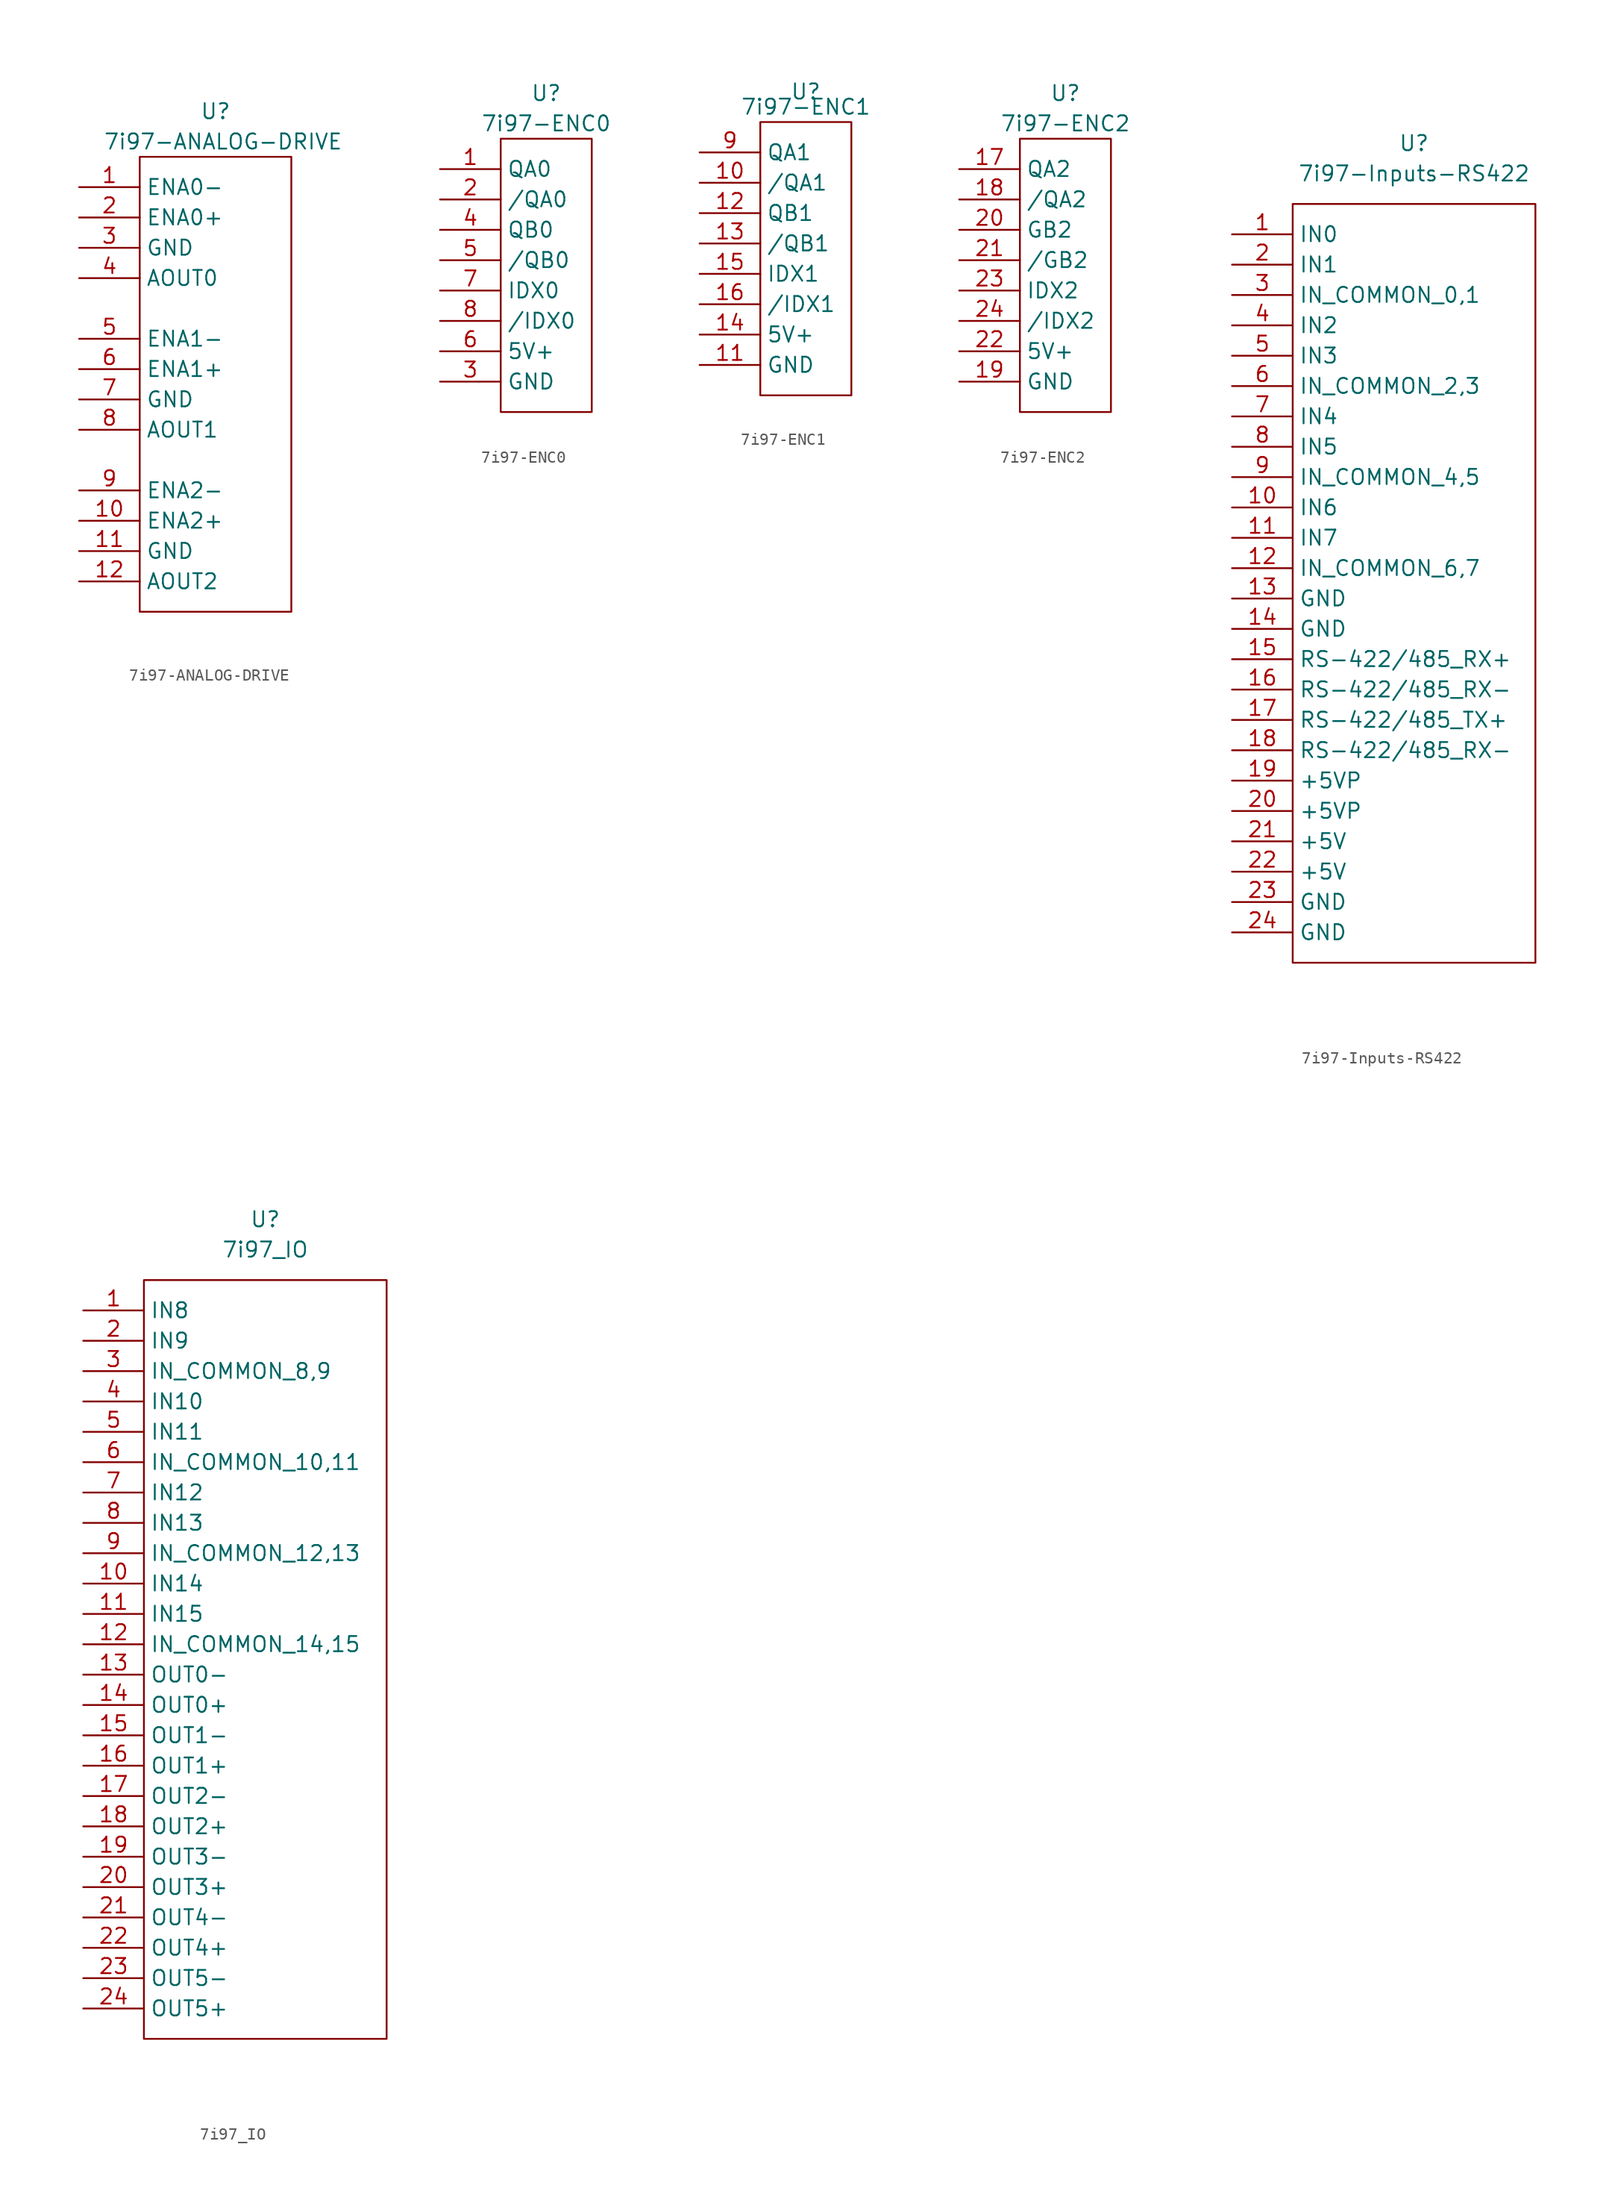
<source format=kicad_sym>
(kicad_symbol_lib
  (version 20211014)
  (generator kicad_symbol_editor)
  (symbol "7i97-ANALOG-DRIVE"
    (property "Reference" "U"
      (at 0 22.86 0)
      (effects (font (size 1.27 1.27))))
    (property "Value" "7i97-ANALOG-DRIVE"
      (at 0.635 20.32 0)
      (effects (font (size 1.27 1.27))))
    (symbol "7i97-ANALOG-DRIVE_0_1"
      (rectangle (start -6.35 19.05) (end 6.35 -19.05) (stroke (width 0.152) (type default) (color 0 0 0 0)) (fill (type none))))
    (symbol "7i97-ANALOG-DRIVE_1_1"
      (pin passive line (at -11.43 16.51 0) (length 5.08) (name "ENA0-" (effects (font (size 1.27 1.27)))) (number "1" (effects (font (size 1.27 1.27)))))
      (pin passive line (at -11.43 -11.43 0) (length 5.08) (name "ENA2+" (effects (font (size 1.27 1.27)))) (number "10" (effects (font (size 1.27 1.27)))))
      (pin passive line (at -11.43 -13.97 0) (length 5.08) (name "GND" (effects (font (size 1.27 1.27)))) (number "11" (effects (font (size 1.27 1.27)))))
      (pin passive line (at -11.43 -16.51 0) (length 5.08) (name "AOUT2" (effects (font (size 1.27 1.27)))) (number "12" (effects (font (size 1.27 1.27)))))
      (pin passive line (at -11.43 13.97 0) (length 5.08) (name "ENA0+" (effects (font (size 1.27 1.27)))) (number "2" (effects (font (size 1.27 1.27)))))
      (pin passive line (at -11.43 11.43 0) (length 5.08) (name "GND" (effects (font (size 1.27 1.27)))) (number "3" (effects (font (size 1.27 1.27)))))
      (pin passive line (at -11.43 8.89 0) (length 5.08) (name "AOUT0" (effects (font (size 1.27 1.27)))) (number "4" (effects (font (size 1.27 1.27)))))
      (pin passive line (at -11.43 3.81 0) (length 5.08) (name "ENA1-" (effects (font (size 1.27 1.27)))) (number "5" (effects (font (size 1.27 1.27)))))
      (pin passive line (at -11.43 1.27 0) (length 5.08) (name "ENA1+" (effects (font (size 1.27 1.27)))) (number "6" (effects (font (size 1.27 1.27)))))
      (pin passive line (at -11.43 -1.27 0) (length 5.08) (name "GND" (effects (font (size 1.27 1.27)))) (number "7" (effects (font (size 1.27 1.27)))))
      (pin passive line (at -11.43 -3.81 0) (length 5.08) (name "AOUT1" (effects (font (size 1.27 1.27)))) (number "8" (effects (font (size 1.27 1.27)))))
      (pin passive line (at -11.43 -8.89 0) (length 5.08) (name "ENA2-" (effects (font (size 1.27 1.27)))) (number "9" (effects (font (size 1.27 1.27)))))))
  (symbol "7i97-ENC0"
    (property "Reference" "U"
      (at 0 15.24 0)
      (effects (font (size 1.27 1.27))))
    (property "Value" "7i97-ENC0"
      (at 0 12.7 0)
      (effects (font (size 1.27 1.27))))
    (symbol "7i97-ENC0_0_1"
      (rectangle (start -3.81 11.43) (end 3.81 -11.43) (stroke (width 0.152) (type default) (color 0 0 0 0)) (fill (type none))))
    (symbol "7i97-ENC0_1_1"
      (pin passive line (at -8.89 8.89 0) (length 5.08) (name "QA0" (effects (font (size 1.27 1.27)))) (number "1" (effects (font (size 1.27 1.27)))))
      (pin passive line (at -8.89 6.35 0) (length 5.08) (name "/QA0" (effects (font (size 1.27 1.27)))) (number "2" (effects (font (size 1.27 1.27)))))
      (pin passive line (at -8.89 -8.89 0) (length 5.08) (name "GND" (effects (font (size 1.27 1.27)))) (number "3" (effects (font (size 1.27 1.27)))))
      (pin passive line (at -8.89 3.81 0) (length 5.08) (name "QB0" (effects (font (size 1.27 1.27)))) (number "4" (effects (font (size 1.27 1.27)))))
      (pin passive line (at -8.89 1.27 0) (length 5.08) (name "/QB0" (effects (font (size 1.27 1.27)))) (number "5" (effects (font (size 1.27 1.27)))))
      (pin passive line (at -8.89 -6.35 0) (length 5.08) (name "5V+" (effects (font (size 1.27 1.27)))) (number "6" (effects (font (size 1.27 1.27)))))
      (pin passive line (at -8.89 -1.27 0) (length 5.08) (name "IDX0" (effects (font (size 1.27 1.27)))) (number "7" (effects (font (size 1.27 1.27)))))
      (pin passive line (at -8.89 -3.81 0) (length 5.08) (name "/IDX0" (effects (font (size 1.27 1.27)))) (number "8" (effects (font (size 1.27 1.27)))))))
  (symbol "7i97-ENC1"
    (property "Reference" "U"
      (at 0 13.97 0)
      (effects (font (size 1.27 1.27))))
    (property "Value" "7i97-ENC1"
      (at 0 12.7 0)
      (effects (font (size 1.27 1.27))))
    (symbol "7i97-ENC1_0_1"
      (rectangle (start -3.81 11.43) (end 3.81 -11.43) (stroke (width 0.152) (type default) (color 0 0 0 0)) (fill (type none))))
    (symbol "7i97-ENC1_1_1"
      (pin passive line (at -8.89 6.35 0) (length 5.08) (name "/QA1" (effects (font (size 1.27 1.27)))) (number "10" (effects (font (size 1.27 1.27)))))
      (pin passive line (at -8.89 -8.89 0) (length 5.08) (name "GND" (effects (font (size 1.27 1.27)))) (number "11" (effects (font (size 1.27 1.27)))))
      (pin passive line (at -8.89 3.81 0) (length 5.08) (name "QB1" (effects (font (size 1.27 1.27)))) (number "12" (effects (font (size 1.27 1.27)))))
      (pin passive line (at -8.89 1.27 0) (length 5.08) (name "/QB1" (effects (font (size 1.27 1.27)))) (number "13" (effects (font (size 1.27 1.27)))))
      (pin passive line (at -8.89 -6.35 0) (length 5.08) (name "5V+" (effects (font (size 1.27 1.27)))) (number "14" (effects (font (size 1.27 1.27)))))
      (pin passive line (at -8.89 -1.27 0) (length 5.08) (name "IDX1" (effects (font (size 1.27 1.27)))) (number "15" (effects (font (size 1.27 1.27)))))
      (pin passive line (at -8.89 -3.81 0) (length 5.08) (name "/IDX1" (effects (font (size 1.27 1.27)))) (number "16" (effects (font (size 1.27 1.27)))))
      (pin passive line (at -8.89 8.89 0) (length 5.08) (name "QA1" (effects (font (size 1.27 1.27)))) (number "9" (effects (font (size 1.27 1.27)))))))
  (symbol "7i97-ENC2"
    (property "Reference" "U"
      (at 0 15.24 0)
      (effects (font (size 1.27 1.27))))
    (property "Value" "7i97-ENC2"
      (at 0 12.7 0)
      (effects (font (size 1.27 1.27))))
    (symbol "7i97-ENC2_0_1"
      (rectangle (start -3.81 11.43) (end 3.81 -11.43) (stroke (width 0.152) (type default) (color 0 0 0 0)) (fill (type none))))
    (symbol "7i97-ENC2_1_1"
      (pin passive line (at -8.89 8.89 0) (length 5.08) (name "QA2" (effects (font (size 1.27 1.27)))) (number "17" (effects (font (size 1.27 1.27)))))
      (pin passive line (at -8.89 6.35 0) (length 5.08) (name "/QA2" (effects (font (size 1.27 1.27)))) (number "18" (effects (font (size 1.27 1.27)))))
      (pin passive line (at -8.89 -8.89 0) (length 5.08) (name "GND" (effects (font (size 1.27 1.27)))) (number "19" (effects (font (size 1.27 1.27)))))
      (pin passive line (at -8.89 3.81 0) (length 5.08) (name "GB2" (effects (font (size 1.27 1.27)))) (number "20" (effects (font (size 1.27 1.27)))))
      (pin passive line (at -8.89 1.27 0) (length 5.08) (name "/GB2" (effects (font (size 1.27 1.27)))) (number "21" (effects (font (size 1.27 1.27)))))
      (pin passive line (at -8.89 -6.35 0) (length 5.08) (name "5V+" (effects (font (size 1.27 1.27)))) (number "22" (effects (font (size 1.27 1.27)))))
      (pin passive line (at -8.89 -1.27 0) (length 5.08) (name "IDX2" (effects (font (size 1.27 1.27)))) (number "23" (effects (font (size 1.27 1.27)))))
      (pin passive line (at -8.89 -3.81 0) (length 5.08) (name "/IDX2" (effects (font (size 1.27 1.27)))) (number "24" (effects (font (size 1.27 1.27)))))))
  (symbol "7i97-Inputs-RS422"
    (property "Reference" "U"
      (at 0 35.56 0)
      (effects (font (size 1.27 1.27))))
    (property "Value" "7i97-Inputs-RS422"
      (at 0 33.02 0)
      (effects (font (size 1.27 1.27))))
    (symbol "7i97-Inputs-RS422_0_1"
      (rectangle (start -10.16 30.48) (end 10.16 -33.02) (stroke (width 0.152) (type default) (color 0 0 0 0)) (fill (type none))))
    (symbol "7i97-Inputs-RS422_1_1"
      (pin passive line (at -15.24 27.94 0) (length 5.08) (name "IN0" (effects (font (size 1.27 1.27)))) (number "1" (effects (font (size 1.27 1.27)))))
      (pin passive line (at -15.24 5.08 0) (length 5.08) (name "IN6" (effects (font (size 1.27 1.27)))) (number "10" (effects (font (size 1.27 1.27)))))
      (pin passive line (at -15.24 2.54 0) (length 5.08) (name "IN7" (effects (font (size 1.27 1.27)))) (number "11" (effects (font (size 1.27 1.27)))))
      (pin passive line (at -15.24 0 0) (length 5.08) (name "IN_COMMON_6,7" (effects (font (size 1.27 1.27)))) (number "12" (effects (font (size 1.27 1.27)))))
      (pin passive line (at -15.24 -2.54 0) (length 5.08) (name "GND" (effects (font (size 1.27 1.27)))) (number "13" (effects (font (size 1.27 1.27)))))
      (pin passive line (at -15.24 -5.08 0) (length 5.08) (name "GND" (effects (font (size 1.27 1.27)))) (number "14" (effects (font (size 1.27 1.27)))))
      (pin passive line (at -15.24 -7.62 0) (length 5.08) (name "RS-422/485_RX+" (effects (font (size 1.27 1.27)))) (number "15" (effects (font (size 1.27 1.27)))))
      (pin passive line (at -15.24 -10.16 0) (length 5.08) (name "RS-422/485_RX-" (effects (font (size 1.27 1.27)))) (number "16" (effects (font (size 1.27 1.27)))))
      (pin passive line (at -15.24 -12.7 0) (length 5.08) (name "RS-422/485_TX+" (effects (font (size 1.27 1.27)))) (number "17" (effects (font (size 1.27 1.27)))))
      (pin passive line (at -15.24 -15.24 0) (length 5.08) (name "RS-422/485_RX-" (effects (font (size 1.27 1.27)))) (number "18" (effects (font (size 1.27 1.27)))))
      (pin passive line (at -15.24 -17.78 0) (length 5.08) (name "+5VP" (effects (font (size 1.27 1.27)))) (number "19" (effects (font (size 1.27 1.27)))))
      (pin passive line (at -15.24 25.4 0) (length 5.08) (name "IN1" (effects (font (size 1.27 1.27)))) (number "2" (effects (font (size 1.27 1.27)))))
      (pin passive line (at -15.24 -20.32 0) (length 5.08) (name "+5VP" (effects (font (size 1.27 1.27)))) (number "20" (effects (font (size 1.27 1.27)))))
      (pin passive line (at -15.24 -22.86 0) (length 5.08) (name "+5V" (effects (font (size 1.27 1.27)))) (number "21" (effects (font (size 1.27 1.27)))))
      (pin passive line (at -15.24 -25.4 0) (length 5.08) (name "+5V" (effects (font (size 1.27 1.27)))) (number "22" (effects (font (size 1.27 1.27)))))
      (pin passive line (at -15.24 -27.94 0) (length 5.08) (name "GND" (effects (font (size 1.27 1.27)))) (number "23" (effects (font (size 1.27 1.27)))))
      (pin passive line (at -15.24 -30.48 0) (length 5.08) (name "GND" (effects (font (size 1.27 1.27)))) (number "24" (effects (font (size 1.27 1.27)))))
      (pin passive line (at -15.24 22.86 0) (length 5.08) (name "IN_COMMON_0,1" (effects (font (size 1.27 1.27)))) (number "3" (effects (font (size 1.27 1.27)))))
      (pin passive line (at -15.24 20.32 0) (length 5.08) (name "IN2" (effects (font (size 1.27 1.27)))) (number "4" (effects (font (size 1.27 1.27)))))
      (pin passive line (at -15.24 17.78 0) (length 5.08) (name "IN3" (effects (font (size 1.27 1.27)))) (number "5" (effects (font (size 1.27 1.27)))))
      (pin passive line (at -15.24 15.24 0) (length 5.08) (name "IN_COMMON_2,3" (effects (font (size 1.27 1.27)))) (number "6" (effects (font (size 1.27 1.27)))))
      (pin passive line (at -15.24 12.7 0) (length 5.08) (name "IN4" (effects (font (size 1.27 1.27)))) (number "7" (effects (font (size 1.27 1.27)))))
      (pin passive line (at -15.24 10.16 0) (length 5.08) (name "IN5" (effects (font (size 1.27 1.27)))) (number "8" (effects (font (size 1.27 1.27)))))
      (pin passive line (at -15.24 7.62 0) (length 5.08) (name "IN_COMMON_4,5" (effects (font (size 1.27 1.27)))) (number "9" (effects (font (size 1.27 1.27)))))))
  (symbol "7i97_IO"
    (property "Reference" "U"
      (at 0 35.56 0)
      (effects (font (size 1.27 1.27))))
    (property "Value" "7i97_IO"
      (at 0 33.02 0)
      (effects (font (size 1.27 1.27))))
    (symbol "7i97_IO_0_1"
      (rectangle (start -10.16 30.48) (end 10.16 -33.02) (stroke (width 0.152) (type default) (color 0 0 0 0)) (fill (type none))))
    (symbol "7i97_IO_1_1"
      (pin passive line (at -15.24 27.94 0) (length 5.08) (name "IN8" (effects (font (size 1.27 1.27)))) (number "1" (effects (font (size 1.27 1.27)))))
      (pin passive line (at -15.24 5.08 0) (length 5.08) (name "IN14" (effects (font (size 1.27 1.27)))) (number "10" (effects (font (size 1.27 1.27)))))
      (pin passive line (at -15.24 2.54 0) (length 5.08) (name "IN15" (effects (font (size 1.27 1.27)))) (number "11" (effects (font (size 1.27 1.27)))))
      (pin passive line (at -15.24 0 0) (length 5.08) (name "IN_COMMON_14,15" (effects (font (size 1.27 1.27)))) (number "12" (effects (font (size 1.27 1.27)))))
      (pin passive line (at -15.24 -2.54 0) (length 5.08) (name "OUT0-" (effects (font (size 1.27 1.27)))) (number "13" (effects (font (size 1.27 1.27)))))
      (pin passive line (at -15.24 -5.08 0) (length 5.08) (name "OUT0+" (effects (font (size 1.27 1.27)))) (number "14" (effects (font (size 1.27 1.27)))))
      (pin passive line (at -15.24 -7.62 0) (length 5.08) (name "OUT1-" (effects (font (size 1.27 1.27)))) (number "15" (effects (font (size 1.27 1.27)))))
      (pin passive line (at -15.24 -10.16 0) (length 5.08) (name "OUT1+" (effects (font (size 1.27 1.27)))) (number "16" (effects (font (size 1.27 1.27)))))
      (pin passive line (at -15.24 -12.7 0) (length 5.08) (name "OUT2-" (effects (font (size 1.27 1.27)))) (number "17" (effects (font (size 1.27 1.27)))))
      (pin passive line (at -15.24 -15.24 0) (length 5.08) (name "OUT2+" (effects (font (size 1.27 1.27)))) (number "18" (effects (font (size 1.27 1.27)))))
      (pin passive line (at -15.24 -17.78 0) (length 5.08) (name "OUT3-" (effects (font (size 1.27 1.27)))) (number "19" (effects (font (size 1.27 1.27)))))
      (pin passive line (at -15.24 25.4 0) (length 5.08) (name "IN9" (effects (font (size 1.27 1.27)))) (number "2" (effects (font (size 1.27 1.27)))))
      (pin passive line (at -15.24 -20.32 0) (length 5.08) (name "OUT3+" (effects (font (size 1.27 1.27)))) (number "20" (effects (font (size 1.27 1.27)))))
      (pin passive line (at -15.24 -22.86 0) (length 5.08) (name "OUT4-" (effects (font (size 1.27 1.27)))) (number "21" (effects (font (size 1.27 1.27)))))
      (pin passive line (at -15.24 -25.4 0) (length 5.08) (name "OUT4+" (effects (font (size 1.27 1.27)))) (number "22" (effects (font (size 1.27 1.27)))))
      (pin passive line (at -15.24 -27.94 0) (length 5.08) (name "OUT5-" (effects (font (size 1.27 1.27)))) (number "23" (effects (font (size 1.27 1.27)))))
      (pin passive line (at -15.24 -30.48 0) (length 5.08) (name "OUT5+" (effects (font (size 1.27 1.27)))) (number "24" (effects (font (size 1.27 1.27)))))
      (pin passive line (at -15.24 22.86 0) (length 5.08) (name "IN_COMMON_8,9" (effects (font (size 1.27 1.27)))) (number "3" (effects (font (size 1.27 1.27)))))
      (pin passive line (at -15.24 20.32 0) (length 5.08) (name "IN10" (effects (font (size 1.27 1.27)))) (number "4" (effects (font (size 1.27 1.27)))))
      (pin passive line (at -15.24 17.78 0) (length 5.08) (name "IN11" (effects (font (size 1.27 1.27)))) (number "5" (effects (font (size 1.27 1.27)))))
      (pin passive line (at -15.24 15.24 0) (length 5.08) (name "IN_COMMON_10,11" (effects (font (size 1.27 1.27)))) (number "6" (effects (font (size 1.27 1.27)))))
      (pin passive line (at -15.24 12.7 0) (length 5.08) (name "IN12" (effects (font (size 1.27 1.27)))) (number "7" (effects (font (size 1.27 1.27)))))
      (pin passive line (at -15.24 10.16 0) (length 5.08) (name "IN13" (effects (font (size 1.27 1.27)))) (number "8" (effects (font (size 1.27 1.27)))))
      (pin passive line (at -15.24 7.62 0) (length 5.08) (name "IN_COMMON_12,13" (effects (font (size 1.27 1.27)))) (number "9" (effects (font (size 1.27 1.27))))))))
</source>
